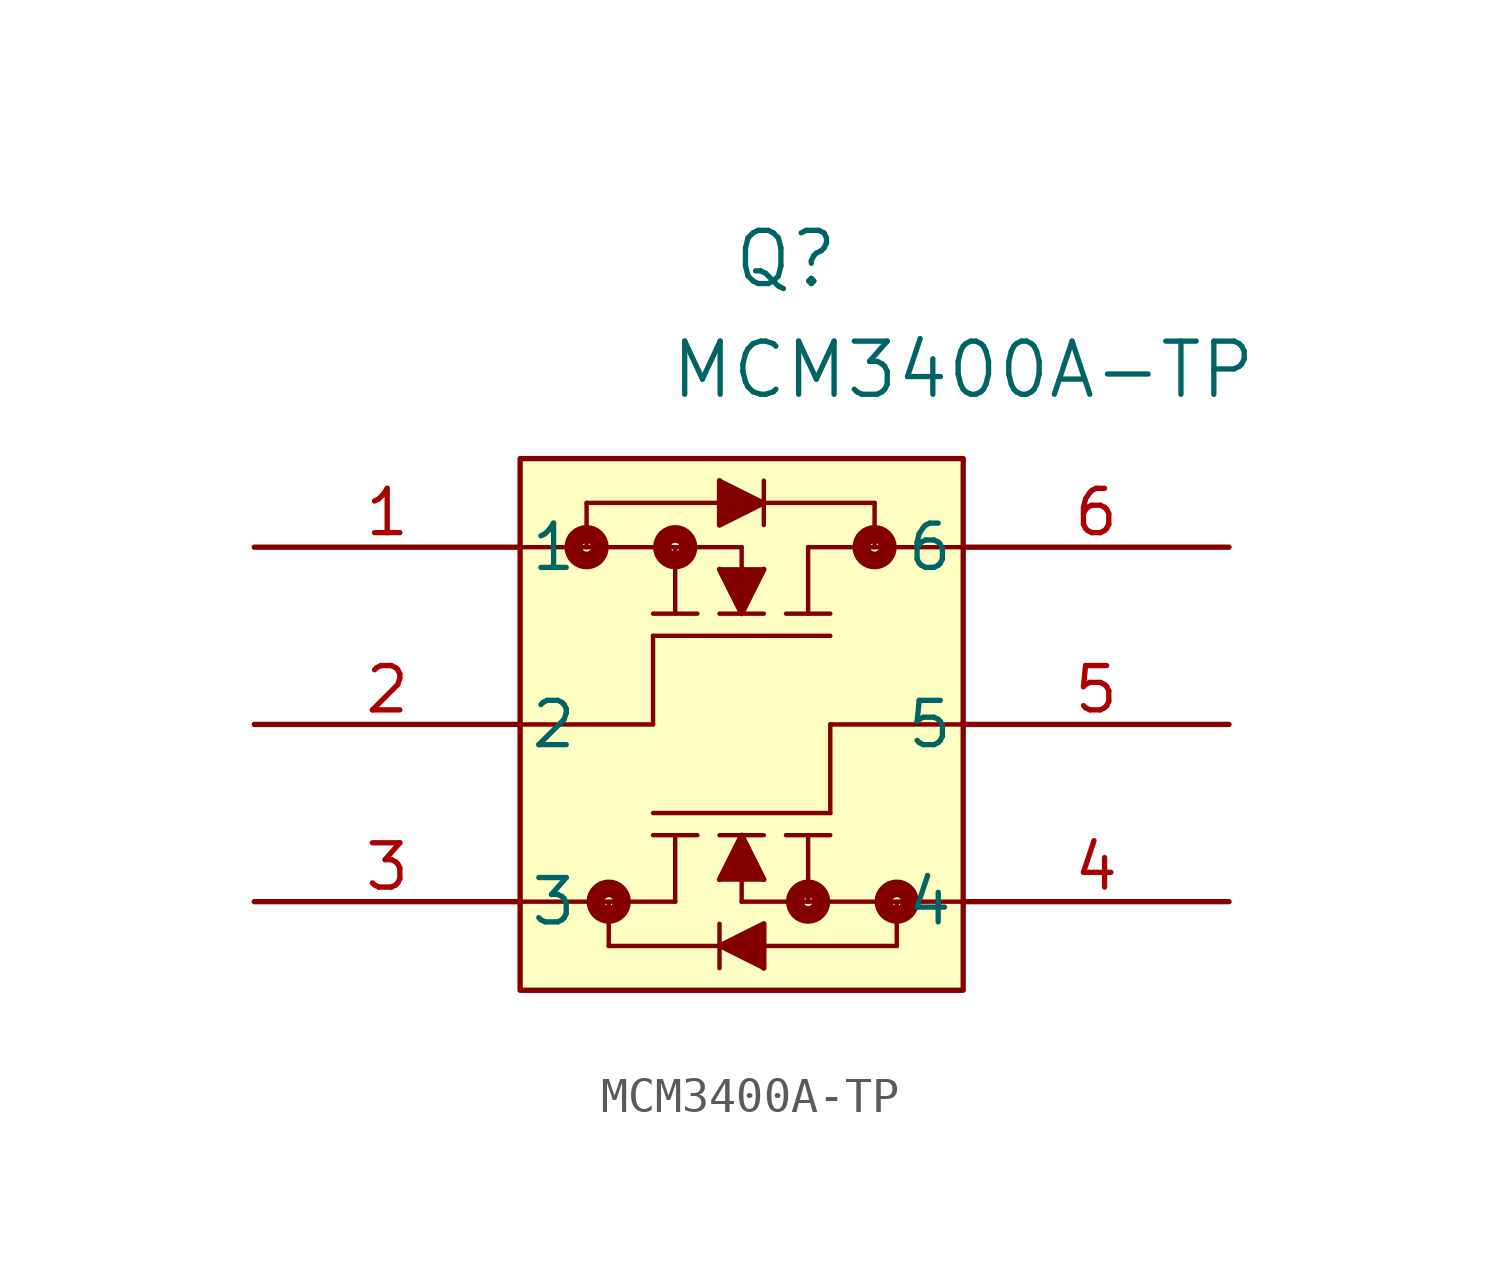
<source format=kicad_sym>
(kicad_symbol_lib
  (version 20220914)
  (generator kicad_symbol_editor)
  (symbol "MCM3400A-TP"
    (pin_names
      (offset 0.254))
    (property "Reference" "Q"
      (at 15.24 8.255 0)
      (effects (font (size 1.524 1.524))))
    (property "Value" "MCM3400A-TP"
      (at 20.32 5.08 0)
      (effects (font (size 1.524 1.524))))
    (property "ki_locked" ""
      (at 0 0 0)
      (effects (font (size 1.27 1.27))))
    (symbol "MCM3400A-TP_0_1"
      (polyline (pts (xy 7.62 -5.08) (xy 11.43 -5.08)) (stroke (width 0.127) (type default)) (fill (type none)))
      (polyline (pts (xy 7.62 0) (xy 13.97 0)) (stroke (width 0.127) (type default)) (fill (type none)))
      (polyline (pts (xy 9.525 0) (xy 9.525 1.27)) (stroke (width 0.127) (type default)) (fill (type none)))
      (polyline (pts (xy 9.525 1.27) (xy 17.78 1.27)) (stroke (width 0.127) (type default)) (fill (type none)))
      (polyline (pts (xy 10.16 -11.43) (xy 10.16 -10.16)) (stroke (width 0.127) (type default)) (fill (type none)))
      (polyline (pts (xy 11.43 -5.08) (xy 11.43 -2.54)) (stroke (width 0.127) (type default)) (fill (type none)))
      (polyline (pts (xy 11.43 -2.54) (xy 16.51 -2.54)) (stroke (width 0.127) (type default)) (fill (type none)))
      (polyline (pts (xy 12.065 -10.16) (xy 7.62 -10.16)) (stroke (width 0.127) (type default)) (fill (type none)))
      (polyline (pts (xy 12.065 -10.16) (xy 12.065 -8.255)) (stroke (width 0.127) (type default)) (fill (type none)))
      (polyline (pts (xy 12.065 0) (xy 12.065 -1.905)) (stroke (width 0.127) (type default)) (fill (type none)))
      (polyline (pts (xy 12.7 -8.255) (xy 11.43 -8.255)) (stroke (width 0.127) (type default)) (fill (type none)))
      (polyline (pts (xy 12.7 -1.905) (xy 11.43 -1.905)) (stroke (width 0.127) (type default)) (fill (type none)))
      (polyline (pts (xy 13.335 -12.065) (xy 13.335 -10.795)) (stroke (width 0.127) (type default)) (fill (type none)))
      (polyline (pts (xy 13.335 -11.43) (xy 14.605 -10.795)) (stroke (width 0.127) (type default)) (fill (type none)))
      (polyline (pts (xy 13.335 -1.905) (xy 14.605 -1.905)) (stroke (width 0.127) (type default)) (fill (type none)))
      (polyline (pts (xy 13.335 -0.635) (xy 14.605 -0.635)) (stroke (width 0.127) (type default)) (fill (type none)))
      (polyline (pts (xy 13.335 1.905) (xy 13.335 0.635)) (stroke (width 0.127) (type default)) (fill (type none)))
      (polyline (pts (xy 13.335 1.905) (xy 14.605 1.27)) (stroke (width 0.127) (type default)) (fill (type none)))
      (polyline (pts (xy 13.97 -10.16) (xy 13.97 -8.255)) (stroke (width 0.127) (type default)) (fill (type none)))
      (polyline (pts (xy 13.97 -8.255) (xy 13.335 -9.525)) (stroke (width 0.127) (type default)) (fill (type none)))
      (polyline (pts (xy 13.97 -8.255) (xy 14.605 -9.525)) (stroke (width 0.127) (type default)) (fill (type none)))
      (polyline (pts (xy 13.97 -1.905) (xy 13.335 -0.635)) (stroke (width 0.127) (type default)) (fill (type none)))
      (polyline (pts (xy 13.97 -1.905) (xy 14.605 -0.635)) (stroke (width 0.127) (type default)) (fill (type none)))
      (polyline (pts (xy 13.97 0) (xy 13.97 -1.905)) (stroke (width 0.127) (type default)) (fill (type none)))
      (polyline (pts (xy 14.605 -12.065) (xy 13.335 -11.43)) (stroke (width 0.127) (type default)) (fill (type none)))
      (polyline (pts (xy 14.605 -12.065) (xy 14.605 -10.795)) (stroke (width 0.127) (type default)) (fill (type none)))
      (polyline (pts (xy 14.605 -9.525) (xy 13.335 -9.525)) (stroke (width 0.127) (type default)) (fill (type none)))
      (polyline (pts (xy 14.605 -8.255) (xy 13.335 -8.255)) (stroke (width 0.127) (type default)) (fill (type none)))
      (polyline (pts (xy 14.605 1.27) (xy 13.335 0.635)) (stroke (width 0.127) (type default)) (fill (type none)))
      (polyline (pts (xy 14.605 1.905) (xy 14.605 0.635)) (stroke (width 0.127) (type default)) (fill (type none)))
      (polyline (pts (xy 15.24 -8.255) (xy 16.51 -8.255)) (stroke (width 0.127) (type default)) (fill (type none)))
      (polyline (pts (xy 15.24 -1.905) (xy 16.51 -1.905)) (stroke (width 0.127) (type default)) (fill (type none)))
      (polyline (pts (xy 15.875 -10.16) (xy 15.875 -8.255)) (stroke (width 0.127) (type default)) (fill (type none)))
      (polyline (pts (xy 15.875 0) (xy 15.875 -1.905)) (stroke (width 0.127) (type default)) (fill (type none)))
      (polyline (pts (xy 15.875 0) (xy 20.32 0)) (stroke (width 0.127) (type default)) (fill (type none)))
      (polyline (pts (xy 16.51 -7.62) (xy 11.43 -7.62)) (stroke (width 0.127) (type default)) (fill (type none)))
      (polyline (pts (xy 16.51 -5.08) (xy 16.51 -7.62)) (stroke (width 0.127) (type default)) (fill (type none)))
      (polyline (pts (xy 17.78 1.27) (xy 17.78 0)) (stroke (width 0.127) (type default)) (fill (type none)))
      (polyline (pts (xy 18.415 -11.43) (xy 10.16 -11.43)) (stroke (width 0.127) (type default)) (fill (type none)))
      (polyline (pts (xy 18.415 -10.16) (xy 18.415 -11.43)) (stroke (width 0.127) (type default)) (fill (type none)))
      (polyline (pts (xy 20.32 -10.16) (xy 13.97 -10.16)) (stroke (width 0.127) (type default)) (fill (type none)))
      (polyline (pts (xy 20.32 -5.08) (xy 16.51 -5.08)) (stroke (width 0.127) (type default)) (fill (type none)))
      (polyline (pts (xy 13.335 -0.635) (xy 13.97 -1.905) (xy 14.605 -0.635)) (stroke (width 0) (type default)) (fill (type outline)))
      (polyline (pts (xy 13.335 1.905) (xy 13.335 0.635) (xy 14.605 1.27)) (stroke (width 0) (type default)) (fill (type outline)))
      (polyline (pts (xy 14.605 -12.065) (xy 14.605 -10.795) (xy 13.335 -11.43)) (stroke (width 0) (type default)) (fill (type outline)))
      (polyline (pts (xy 14.605 -9.525) (xy 13.97 -8.255) (xy 13.335 -9.525)) (stroke (width 0) (type default)) (fill (type outline)))
      (circle (center 9.525 0) (radius 0.127) (stroke (width 0.508) (type default)) (fill (type none)))
      (circle (center 10.16 -10.16) (radius 0.127) (stroke (width 0.508) (type default)) (fill (type none)))
      (circle (center 12.065 0) (radius 0.127) (stroke (width 0.508) (type default)) (fill (type none)))
      (circle (center 15.875 -10.16) (radius 0.127) (stroke (width 0.508) (type default)) (fill (type none)))
      (circle (center 17.78 0) (radius 0.127) (stroke (width 0.508) (type default)) (fill (type none)))
      (circle (center 18.415 -10.16) (radius 0.127) (stroke (width 0.508) (type default)) (fill (type none)))
      (pin unspecified line (at 0 0 0) (length 7.62) (name "1" (effects (font (size 1.27 1.27)))) (number "1" (effects (font (size 1.27 1.27)))))
      (pin unspecified line (at 0 -5.08 0) (length 7.62) (name "2" (effects (font (size 1.27 1.27)))) (number "2" (effects (font (size 1.27 1.27)))))
      (pin unspecified line (at 0 -10.16 0) (length 7.62) (name "3" (effects (font (size 1.27 1.27)))) (number "3" (effects (font (size 1.27 1.27)))))
      (pin unspecified line (at 27.94 -10.16 180) (length 7.62) (name "4" (effects (font (size 1.27 1.27)))) (number "4" (effects (font (size 1.27 1.27)))))
      (pin unspecified line (at 27.94 -5.08 180) (length 7.62) (name "5" (effects (font (size 1.27 1.27)))) (number "5" (effects (font (size 1.27 1.27)))))
      (pin unspecified line (at 27.94 0 180) (length 7.62) (name "6" (effects (font (size 1.27 1.27)))) (number "6" (effects (font (size 1.27 1.27))))))
    (symbol "MCM3400A-TP_1_1"
      (rectangle (start 7.62 2.54) (end 20.32 -12.7) (stroke (width 0) (type default)) (fill (type background))))))
</source>
